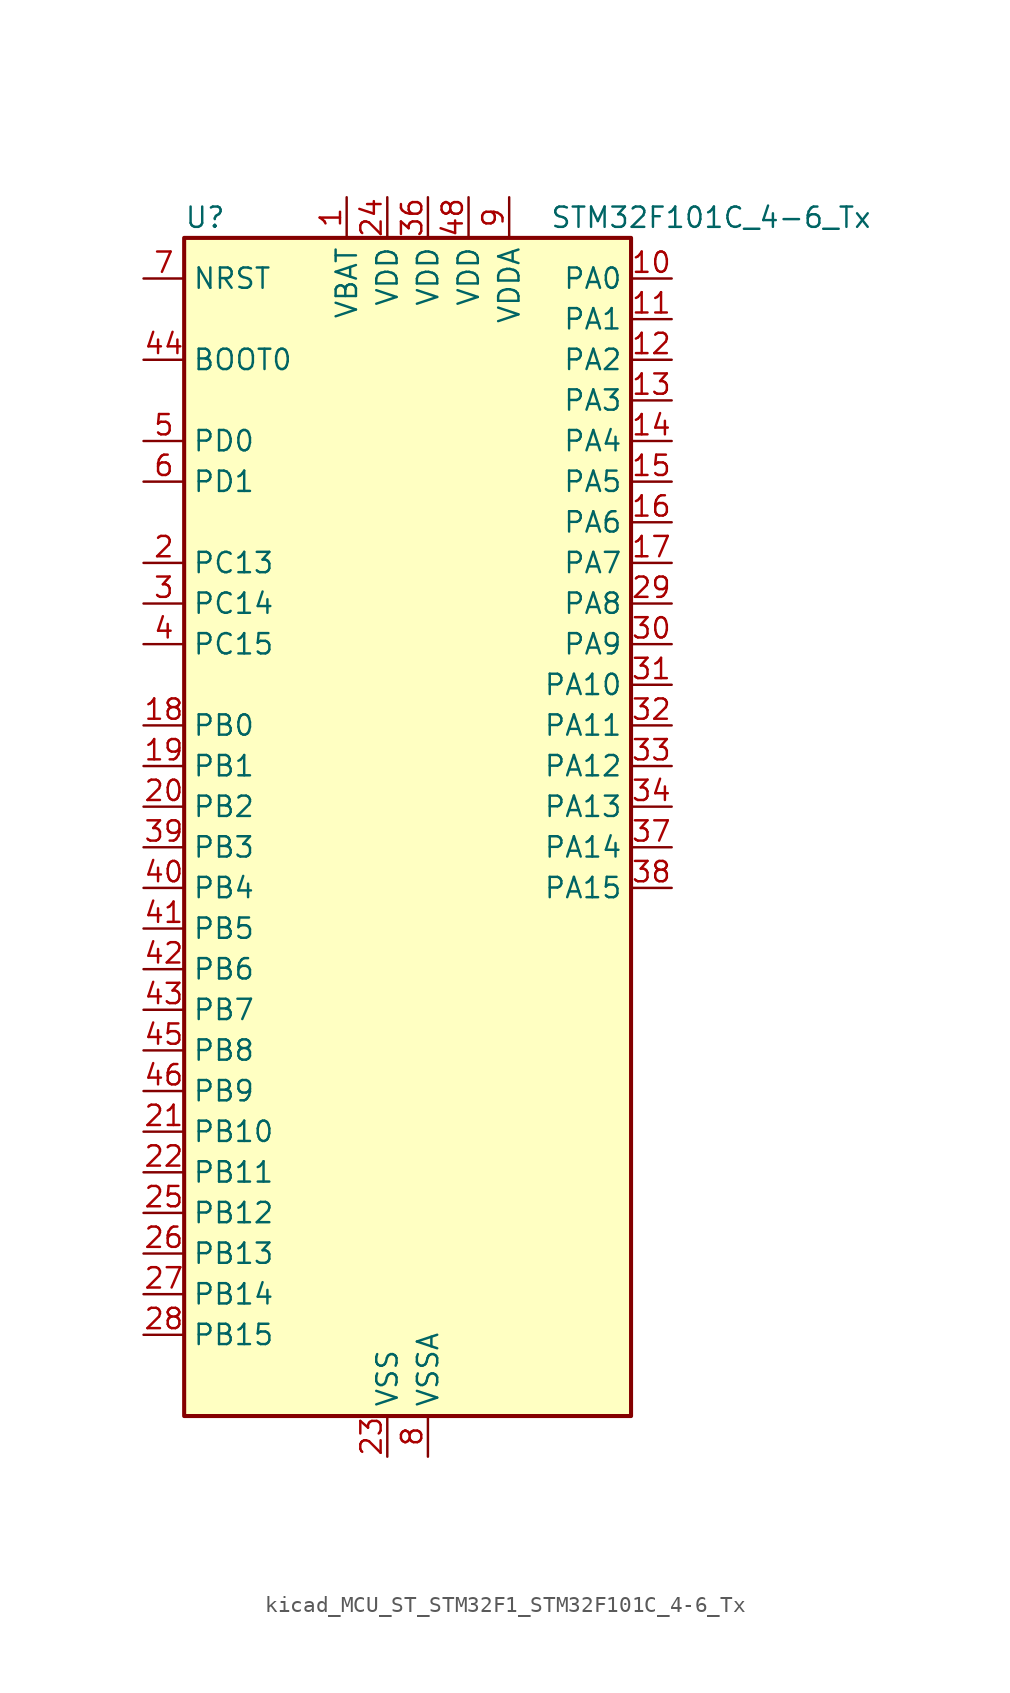
<source format=kicad_sym>
(kicad_symbol_lib
  (version 20220914)
  (generator kicad_symbol_editor)
  (symbol "kicad_MCU_ST_STM32F1_STM32F101C_4-6_Tx"
    (property "Reference" "U"
      (at -12.7 39.37 0)
      (effects (font (size 1.27 1.27)) (justify left)))
    (property "Value" "STM32F101C_4-6_Tx"
      (at 10.16 39.37 0)
      (effects (font (size 1.27 1.27)) (justify left)))
    (property "ki_locked" ""
      (at 0 0 0)
      (effects (font (size 1.27 1.27))))
    (symbol "kicad_MCU_ST_STM32F1_STM32F101C_4-6_Tx_0_1"
      (rectangle (start -12.7 -35.56) (end 15.24 38.1) (stroke (width 0.254) (type default)) (fill (type background))))
    (symbol "kicad_MCU_ST_STM32F1_STM32F101C_4-6_Tx_1_1"
      (pin power_in line (at -2.54 40.64 270) (length 2.54) (name "VBAT" (effects (font (size 1.27 1.27)))) (number "1" (effects (font (size 1.27 1.27)))))
      (pin bidirectional line (at 17.78 35.56 180) (length 2.54) (name "PA0" (effects (font (size 1.27 1.27)))) (number "10" (effects (font (size 1.27 1.27)))) (alternate "ADC1_IN0" bidirectional line) (alternate "SYS_WKUP" bidirectional line) (alternate "TIM2_CH1" bidirectional line) (alternate "TIM2_ETR" bidirectional line) (alternate "USART2_CTS" bidirectional line))
      (pin bidirectional line (at 17.78 33.02 180) (length 2.54) (name "PA1" (effects (font (size 1.27 1.27)))) (number "11" (effects (font (size 1.27 1.27)))) (alternate "ADC1_IN1" bidirectional line) (alternate "TIM2_CH2" bidirectional line) (alternate "USART2_RTS" bidirectional line))
      (pin bidirectional line (at 17.78 30.48 180) (length 2.54) (name "PA2" (effects (font (size 1.27 1.27)))) (number "12" (effects (font (size 1.27 1.27)))) (alternate "ADC1_IN2" bidirectional line) (alternate "TIM2_CH3" bidirectional line) (alternate "USART2_TX" bidirectional line))
      (pin bidirectional line (at 17.78 27.94 180) (length 2.54) (name "PA3" (effects (font (size 1.27 1.27)))) (number "13" (effects (font (size 1.27 1.27)))) (alternate "ADC1_IN3" bidirectional line) (alternate "TIM2_CH4" bidirectional line) (alternate "USART2_RX" bidirectional line))
      (pin bidirectional line (at 17.78 25.4 180) (length 2.54) (name "PA4" (effects (font (size 1.27 1.27)))) (number "14" (effects (font (size 1.27 1.27)))) (alternate "ADC1_IN4" bidirectional line) (alternate "SPI1_NSS" bidirectional line) (alternate "USART2_CK" bidirectional line))
      (pin bidirectional line (at 17.78 22.86 180) (length 2.54) (name "PA5" (effects (font (size 1.27 1.27)))) (number "15" (effects (font (size 1.27 1.27)))) (alternate "ADC1_IN5" bidirectional line) (alternate "SPI1_SCK" bidirectional line))
      (pin bidirectional line (at 17.78 20.32 180) (length 2.54) (name "PA6" (effects (font (size 1.27 1.27)))) (number "16" (effects (font (size 1.27 1.27)))) (alternate "ADC1_IN6" bidirectional line) (alternate "SPI1_MISO" bidirectional line) (alternate "TIM3_CH1" bidirectional line))
      (pin bidirectional line (at 17.78 17.78 180) (length 2.54) (name "PA7" (effects (font (size 1.27 1.27)))) (number "17" (effects (font (size 1.27 1.27)))) (alternate "ADC1_IN7" bidirectional line) (alternate "SPI1_MOSI" bidirectional line) (alternate "TIM3_CH2" bidirectional line))
      (pin bidirectional line (at -15.24 7.62 0) (length 2.54) (name "PB0" (effects (font (size 1.27 1.27)))) (number "18" (effects (font (size 1.27 1.27)))) (alternate "ADC1_IN8" bidirectional line) (alternate "TIM3_CH3" bidirectional line))
      (pin bidirectional line (at -15.24 5.08 0) (length 2.54) (name "PB1" (effects (font (size 1.27 1.27)))) (number "19" (effects (font (size 1.27 1.27)))) (alternate "ADC1_IN9" bidirectional line) (alternate "TIM3_CH4" bidirectional line))
      (pin bidirectional line (at -15.24 17.78 0) (length 2.54) (name "PC13" (effects (font (size 1.27 1.27)))) (number "2" (effects (font (size 1.27 1.27)))) (alternate "RTC_OUT" bidirectional line) (alternate "RTC_TAMPER" bidirectional line))
      (pin bidirectional line (at -15.24 2.54 0) (length 2.54) (name "PB2" (effects (font (size 1.27 1.27)))) (number "20" (effects (font (size 1.27 1.27)))))
      (pin bidirectional line (at -15.24 -17.78 0) (length 2.54) (name "PB10" (effects (font (size 1.27 1.27)))) (number "21" (effects (font (size 1.27 1.27)))) (alternate "TIM2_CH3" bidirectional line))
      (pin bidirectional line (at -15.24 -20.32 0) (length 2.54) (name "PB11" (effects (font (size 1.27 1.27)))) (number "22" (effects (font (size 1.27 1.27)))) (alternate "ADC1_EXTI11" bidirectional line) (alternate "TIM2_CH4" bidirectional line))
      (pin power_in line (at 0 -38.1 90) (length 2.54) (name "VSS" (effects (font (size 1.27 1.27)))) (number "23" (effects (font (size 1.27 1.27)))))
      (pin power_in line (at 0 40.64 270) (length 2.54) (name "VDD" (effects (font (size 1.27 1.27)))) (number "24" (effects (font (size 1.27 1.27)))))
      (pin bidirectional line (at -15.24 -22.86 0) (length 2.54) (name "PB12" (effects (font (size 1.27 1.27)))) (number "25" (effects (font (size 1.27 1.27)))))
      (pin bidirectional line (at -15.24 -25.4 0) (length 2.54) (name "PB13" (effects (font (size 1.27 1.27)))) (number "26" (effects (font (size 1.27 1.27)))))
      (pin bidirectional line (at -15.24 -27.94 0) (length 2.54) (name "PB14" (effects (font (size 1.27 1.27)))) (number "27" (effects (font (size 1.27 1.27)))))
      (pin bidirectional line (at -15.24 -30.48 0) (length 2.54) (name "PB15" (effects (font (size 1.27 1.27)))) (number "28" (effects (font (size 1.27 1.27)))) (alternate "ADC1_EXTI15" bidirectional line))
      (pin bidirectional line (at 17.78 15.24 180) (length 2.54) (name "PA8" (effects (font (size 1.27 1.27)))) (number "29" (effects (font (size 1.27 1.27)))) (alternate "RCC_MCO" bidirectional line) (alternate "USART1_CK" bidirectional line))
      (pin bidirectional line (at -15.24 15.24 0) (length 2.54) (name "PC14" (effects (font (size 1.27 1.27)))) (number "3" (effects (font (size 1.27 1.27)))) (alternate "RCC_OSC32_IN" bidirectional line))
      (pin bidirectional line (at 17.78 12.7 180) (length 2.54) (name "PA9" (effects (font (size 1.27 1.27)))) (number "30" (effects (font (size 1.27 1.27)))) (alternate "USART1_TX" bidirectional line))
      (pin bidirectional line (at 17.78 10.16 180) (length 2.54) (name "PA10" (effects (font (size 1.27 1.27)))) (number "31" (effects (font (size 1.27 1.27)))) (alternate "USART1_RX" bidirectional line))
      (pin bidirectional line (at 17.78 7.62 180) (length 2.54) (name "PA11" (effects (font (size 1.27 1.27)))) (number "32" (effects (font (size 1.27 1.27)))) (alternate "ADC1_EXTI11" bidirectional line) (alternate "USART1_CTS" bidirectional line))
      (pin bidirectional line (at 17.78 5.08 180) (length 2.54) (name "PA12" (effects (font (size 1.27 1.27)))) (number "33" (effects (font (size 1.27 1.27)))) (alternate "USART1_RTS" bidirectional line))
      (pin bidirectional line (at 17.78 2.54 180) (length 2.54) (name "PA13" (effects (font (size 1.27 1.27)))) (number "34" (effects (font (size 1.27 1.27)))) (alternate "SYS_JTMS-SWDIO" bidirectional line))
      (pin passive line (at 0 -38.1 90) (length 2.54) hide (name "VSS" (effects (font (size 1.27 1.27)))) (number "35" (effects (font (size 1.27 1.27)))))
      (pin power_in line (at 2.54 40.64 270) (length 2.54) (name "VDD" (effects (font (size 1.27 1.27)))) (number "36" (effects (font (size 1.27 1.27)))))
      (pin bidirectional line (at 17.78 0 180) (length 2.54) (name "PA14" (effects (font (size 1.27 1.27)))) (number "37" (effects (font (size 1.27 1.27)))) (alternate "SYS_JTCK-SWCLK" bidirectional line))
      (pin bidirectional line (at 17.78 -2.54 180) (length 2.54) (name "PA15" (effects (font (size 1.27 1.27)))) (number "38" (effects (font (size 1.27 1.27)))) (alternate "ADC1_EXTI15" bidirectional line) (alternate "SPI1_NSS" bidirectional line) (alternate "SYS_JTDI" bidirectional line) (alternate "TIM2_CH1" bidirectional line) (alternate "TIM2_ETR" bidirectional line))
      (pin bidirectional line (at -15.24 0 0) (length 2.54) (name "PB3" (effects (font (size 1.27 1.27)))) (number "39" (effects (font (size 1.27 1.27)))) (alternate "SPI1_SCK" bidirectional line) (alternate "SYS_JTDO-TRACESWO" bidirectional line) (alternate "TIM2_CH2" bidirectional line))
      (pin bidirectional line (at -15.24 12.7 0) (length 2.54) (name "PC15" (effects (font (size 1.27 1.27)))) (number "4" (effects (font (size 1.27 1.27)))) (alternate "ADC1_EXTI15" bidirectional line) (alternate "RCC_OSC32_OUT" bidirectional line))
      (pin bidirectional line (at -15.24 -2.54 0) (length 2.54) (name "PB4" (effects (font (size 1.27 1.27)))) (number "40" (effects (font (size 1.27 1.27)))) (alternate "SPI1_MISO" bidirectional line) (alternate "SYS_NJTRST" bidirectional line) (alternate "TIM3_CH1" bidirectional line))
      (pin bidirectional line (at -15.24 -5.08 0) (length 2.54) (name "PB5" (effects (font (size 1.27 1.27)))) (number "41" (effects (font (size 1.27 1.27)))) (alternate "I2C1_SMBA" bidirectional line) (alternate "SPI1_MOSI" bidirectional line) (alternate "TIM3_CH2" bidirectional line))
      (pin bidirectional line (at -15.24 -7.62 0) (length 2.54) (name "PB6" (effects (font (size 1.27 1.27)))) (number "42" (effects (font (size 1.27 1.27)))) (alternate "I2C1_SCL" bidirectional line) (alternate "USART1_TX" bidirectional line))
      (pin bidirectional line (at -15.24 -10.16 0) (length 2.54) (name "PB7" (effects (font (size 1.27 1.27)))) (number "43" (effects (font (size 1.27 1.27)))) (alternate "I2C1_SDA" bidirectional line) (alternate "USART1_RX" bidirectional line))
      (pin input line (at -15.24 30.48 0) (length 2.54) (name "BOOT0" (effects (font (size 1.27 1.27)))) (number "44" (effects (font (size 1.27 1.27)))))
      (pin bidirectional line (at -15.24 -12.7 0) (length 2.54) (name "PB8" (effects (font (size 1.27 1.27)))) (number "45" (effects (font (size 1.27 1.27)))) (alternate "I2C1_SCL" bidirectional line))
      (pin bidirectional line (at -15.24 -15.24 0) (length 2.54) (name "PB9" (effects (font (size 1.27 1.27)))) (number "46" (effects (font (size 1.27 1.27)))) (alternate "I2C1_SDA" bidirectional line))
      (pin passive line (at 0 -38.1 90) (length 2.54) hide (name "VSS" (effects (font (size 1.27 1.27)))) (number "47" (effects (font (size 1.27 1.27)))))
      (pin power_in line (at 5.08 40.64 270) (length 2.54) (name "VDD" (effects (font (size 1.27 1.27)))) (number "48" (effects (font (size 1.27 1.27)))))
      (pin bidirectional line (at -15.24 25.4 0) (length 2.54) (name "PD0" (effects (font (size 1.27 1.27)))) (number "5" (effects (font (size 1.27 1.27)))) (alternate "RCC_OSC_IN" bidirectional line))
      (pin bidirectional line (at -15.24 22.86 0) (length 2.54) (name "PD1" (effects (font (size 1.27 1.27)))) (number "6" (effects (font (size 1.27 1.27)))) (alternate "RCC_OSC_OUT" bidirectional line))
      (pin input line (at -15.24 35.56 0) (length 2.54) (name "NRST" (effects (font (size 1.27 1.27)))) (number "7" (effects (font (size 1.27 1.27)))))
      (pin power_in line (at 2.54 -38.1 90) (length 2.54) (name "VSSA" (effects (font (size 1.27 1.27)))) (number "8" (effects (font (size 1.27 1.27)))))
      (pin power_in line (at 7.62 40.64 270) (length 2.54) (name "VDDA" (effects (font (size 1.27 1.27)))) (number "9" (effects (font (size 1.27 1.27))))))))
</source>
